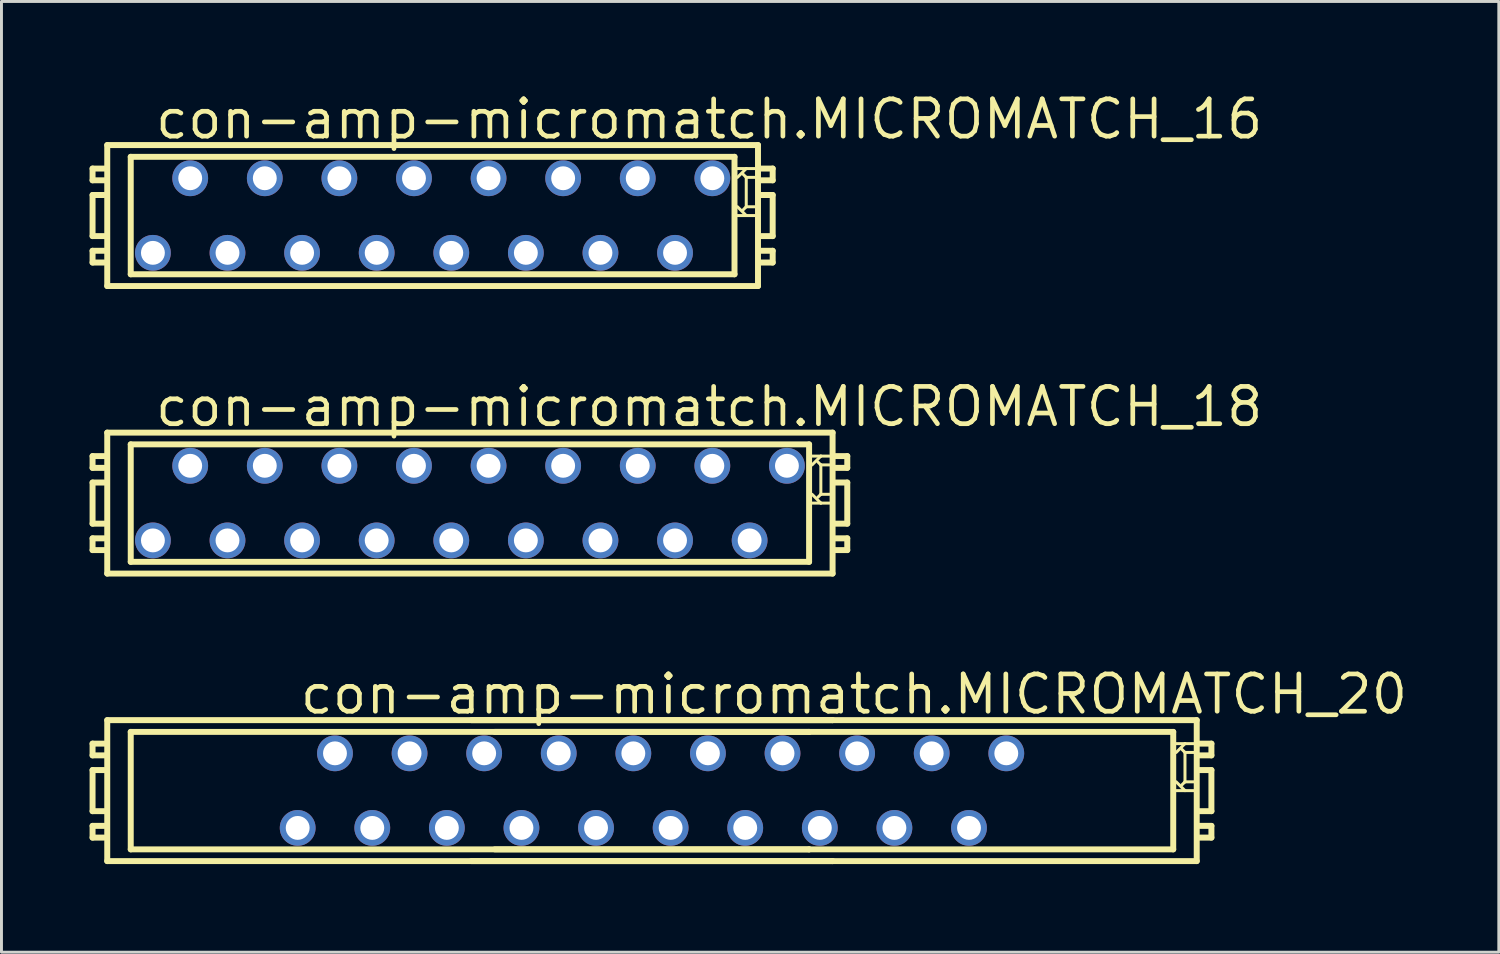
<source format=kicad_pcb>
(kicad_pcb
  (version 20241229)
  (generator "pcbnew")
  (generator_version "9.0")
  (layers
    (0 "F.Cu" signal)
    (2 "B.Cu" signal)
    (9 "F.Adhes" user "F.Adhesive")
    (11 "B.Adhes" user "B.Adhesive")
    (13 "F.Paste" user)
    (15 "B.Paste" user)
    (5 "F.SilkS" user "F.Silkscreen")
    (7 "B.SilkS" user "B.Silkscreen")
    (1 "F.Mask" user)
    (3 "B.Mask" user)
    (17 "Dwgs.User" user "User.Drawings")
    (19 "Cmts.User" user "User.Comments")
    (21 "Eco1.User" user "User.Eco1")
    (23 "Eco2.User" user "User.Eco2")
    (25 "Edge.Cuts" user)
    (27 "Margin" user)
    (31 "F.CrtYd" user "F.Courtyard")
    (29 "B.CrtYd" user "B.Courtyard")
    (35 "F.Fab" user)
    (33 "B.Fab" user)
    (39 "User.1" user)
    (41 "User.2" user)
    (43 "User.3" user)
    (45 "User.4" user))
  (footprint "con-amp-micromatch.MICROMATCH_20"
    (layer "F.Cu")
    (at 19.152 23.873)
    (property "Reference" "con-amp-micromatch.MICROMATCH_20" (at -12.065 -2.54 0) (layer "F.SilkS") (effects (font (size 1.27 1.27) (thickness 0.16)) (justify left bottom)))
    (attr through_hole)
    (fp_line (start -19.05 -1.6) (end -19.05 -1.2) (stroke (width 0.203) (type default)) (layer "F.SilkS"))
    (fp_line (start -19.05 -1.2) (end -18.65 -1.2) (stroke (width 0.203) (type default)) (layer "F.SilkS"))
    (fp_line (start -19.05 -0.7) (end -19.05 0.7) (stroke (width 0.203) (type default)) (layer "F.SilkS"))
    (fp_line (start -19.05 0.7) (end -18.65 0.7) (stroke (width 0.203) (type default)) (layer "F.SilkS"))
    (fp_line (start -19.05 1.2) (end -19.05 1.6) (stroke (width 0.203) (type default)) (layer "F.SilkS"))
    (fp_line (start -19.05 1.6) (end -18.65 1.6) (stroke (width 0.203) (type default)) (layer "F.SilkS"))
    (fp_line (start -18.65 -1.6) (end -19.05 -1.6) (stroke (width 0.203) (type default)) (layer "F.SilkS"))
    (fp_line (start -18.65 -0.7) (end -19.05 -0.7) (stroke (width 0.203) (type default)) (layer "F.SilkS"))
    (fp_line (start -18.65 1.2) (end -19.05 1.2) (stroke (width 0.203) (type default)) (layer "F.SilkS"))
    (fp_line (start -18.55 -2.4) (end -18.55 2.4) (stroke (width 0.203) (type default)) (layer "F.SilkS"))
    (fp_line (start -18.55 -2.4) (end 6.15 -2.4) (stroke (width 0.203) (type default)) (layer "F.SilkS"))
    (fp_line (start -18.55 2.4) (end 6.15 2.4) (stroke (width 0.203) (type default)) (layer "F.SilkS"))
    (fp_line (start -17.75 -2) (end -17.75 2) (stroke (width 0.203) (type default)) (layer "F.SilkS"))
    (fp_line (start -17.75 -2) (end 5.35 -2) (stroke (width 0.203) (type default)) (layer "F.SilkS"))
    (fp_line (start -17.75 2) (end 5.35 2) (stroke (width 0.203) (type default)) (layer "F.SilkS"))
    (fp_line (start 5.35 -2) (end -5.35 -2) (stroke (width 0.203) (type default)) (layer "F.SilkS"))
    (fp_line (start 5.35 2) (end -5.35 2) (stroke (width 0.203) (type default)) (layer "F.SilkS"))
    (fp_line (start 6.15 -2.4) (end -6.15 -2.4) (stroke (width 0.203) (type default)) (layer "F.SilkS"))
    (fp_line (start 6.15 2.4) (end -6.15 2.4) (stroke (width 0.203) (type default)) (layer "F.SilkS"))
    (fp_line (start 17.75 -2) (end 5.35 -2) (stroke (width 0.203) (type default)) (layer "F.SilkS"))
    (fp_line (start 17.75 2) (end 5.35 2) (stroke (width 0.203) (type default)) (layer "F.SilkS"))
    (fp_line (start 17.75 2) (end 17.75 -2) (stroke (width 0.203) (type default)) (layer "F.SilkS"))
    (fp_line (start 18.05 -1.4) (end 18.15 -1.3) (stroke (width 0.102) (type default)) (layer "F.SilkS"))
    (fp_line (start 18.05 -0.2) (end 18.15 -0.3) (stroke (width 0.102) (type default)) (layer "F.SilkS"))
    (fp_line (start 18.15 -1.6) (end 17.85 -1.6) (stroke (width 0.102) (type default)) (layer "F.SilkS"))
    (fp_line (start 18.15 -1.6) (end 17.85 -1.3) (stroke (width 0.102) (type default)) (layer "F.SilkS"))
    (fp_line (start 18.15 -1.3) (end 18.15 -0.3) (stroke (width 0.102) (type default)) (layer "F.SilkS"))
    (fp_line (start 18.15 -0.3) (end 18.45 -0.3) (stroke (width 0.102) (type default)) (layer "F.SilkS"))
    (fp_line (start 18.15 0) (end 17.85 -0.3) (stroke (width 0.102) (type default)) (layer "F.SilkS"))
    (fp_line (start 18.15 0) (end 17.85 0) (stroke (width 0.102) (type default)) (layer "F.SilkS"))
    (fp_line (start 18.45 -1.6) (end 18.15 -1.6) (stroke (width 0.102) (type default)) (layer "F.SilkS"))
    (fp_line (start 18.45 -1.3) (end 18.15 -1.3) (stroke (width 0.102) (type default)) (layer "F.SilkS"))
    (fp_line (start 18.45 0) (end 18.15 0) (stroke (width 0.102) (type default)) (layer "F.SilkS"))
    (fp_line (start 18.55 -2.4) (end 6.15 -2.4) (stroke (width 0.203) (type default)) (layer "F.SilkS"))
    (fp_line (start 18.55 2.4) (end 6.15 2.4) (stroke (width 0.203) (type default)) (layer "F.SilkS"))
    (fp_line (start 18.55 2.4) (end 18.55 -2.4) (stroke (width 0.203) (type default)) (layer "F.SilkS"))
    (fp_line (start 18.65 -1.2) (end 19.05 -1.2) (stroke (width 0.203) (type default)) (layer "F.SilkS"))
    (fp_line (start 18.65 0.7) (end 19.05 0.7) (stroke (width 0.203) (type default)) (layer "F.SilkS"))
    (fp_line (start 18.65 1.6) (end 19.05 1.6) (stroke (width 0.203) (type default)) (layer "F.SilkS"))
    (fp_line (start 19.05 -1.6) (end 18.65 -1.6) (stroke (width 0.203) (type default)) (layer "F.SilkS"))
    (fp_line (start 19.05 -1.2) (end 19.05 -1.6) (stroke (width 0.203) (type default)) (layer "F.SilkS"))
    (fp_line (start 19.05 -0.7) (end 18.65 -0.7) (stroke (width 0.203) (type default)) (layer "F.SilkS"))
    (fp_line (start 19.05 0.7) (end 19.05 -0.7) (stroke (width 0.203) (type default)) (layer "F.SilkS"))
    (fp_line (start 19.05 1.2) (end 18.65 1.2) (stroke (width 0.203) (type default)) (layer "F.SilkS"))
    (fp_line (start 19.05 1.6) (end 19.05 1.2) (stroke (width 0.203) (type default)) (layer "F.SilkS"))
    (pad "1" thru_hole circle (at 12.065 -1.27) (size 1.219 1.219) (drill 0.813) (layers "*.Cu" "*.Mask"))
    (pad "2" thru_hole circle (at 10.795 1.27) (size 1.219 1.219) (drill 0.813) (layers "*.Cu" "*.Mask"))
    (pad "3" thru_hole circle (at 9.525 -1.27) (size 1.219 1.219) (drill 0.813) (layers "*.Cu" "*.Mask"))
    (pad "4" thru_hole circle (at 8.255 1.27) (size 1.219 1.219) (drill 0.813) (layers "*.Cu" "*.Mask"))
    (pad "5" thru_hole circle (at 6.985 -1.27) (size 1.219 1.219) (drill 0.813) (layers "*.Cu" "*.Mask"))
    (pad "6" thru_hole circle (at 5.715 1.27) (size 1.219 1.219) (drill 0.813) (layers "*.Cu" "*.Mask"))
    (pad "7" thru_hole circle (at 4.445 -1.27) (size 1.219 1.219) (drill 0.813) (layers "*.Cu" "*.Mask"))
    (pad "8" thru_hole circle (at 3.175 1.27) (size 1.219 1.219) (drill 0.813) (layers "*.Cu" "*.Mask"))
    (pad "9" thru_hole circle (at 1.905 -1.27) (size 1.219 1.219) (drill 0.813) (layers "*.Cu" "*.Mask"))
    (pad "10" thru_hole circle (at 0.635 1.27) (size 1.219 1.219) (drill 0.813) (layers "*.Cu" "*.Mask"))
    (pad "11" thru_hole circle (at -0.635 -1.27) (size 1.219 1.219) (drill 0.813) (layers "*.Cu" "*.Mask"))
    (pad "12" thru_hole circle (at -1.905 1.27) (size 1.219 1.219) (drill 0.813) (layers "*.Cu" "*.Mask"))
    (pad "13" thru_hole circle (at -3.175 -1.27) (size 1.219 1.219) (drill 0.813) (layers "*.Cu" "*.Mask"))
    (pad "14" thru_hole circle (at -4.445 1.27) (size 1.219 1.219) (drill 0.813) (layers "*.Cu" "*.Mask"))
    (pad "15" thru_hole circle (at -5.715 -1.27) (size 1.219 1.219) (drill 0.813) (layers "*.Cu" "*.Mask"))
    (pad "16" thru_hole circle (at -6.985 1.27) (size 1.219 1.219) (drill 0.813) (layers "*.Cu" "*.Mask"))
    (pad "17" thru_hole circle (at -8.255 -1.27) (size 1.219 1.219) (drill 0.813) (layers "*.Cu" "*.Mask"))
    (pad "18" thru_hole circle (at -9.525 1.27) (size 1.219 1.219) (drill 0.813) (layers "*.Cu" "*.Mask"))
    (pad "19" thru_hole circle (at -10.795 -1.27) (size 1.219 1.219) (drill 0.813) (layers "*.Cu" "*.Mask"))
    (pad "20" thru_hole circle (at -12.065 1.27) (size 1.219 1.219) (drill 0.813) (layers "*.Cu" "*.Mask")))
  (footprint "con-amp-micromatch.MICROMATCH_18"
    (layer "F.Cu")
    (at 12.952 14.082)
    (property "Reference" "con-amp-micromatch.MICROMATCH_18" (at -10.795 -2.54 0) (layer "F.SilkS") (effects (font (size 1.27 1.27) (thickness 0.16)) (justify left bottom)))
    (attr through_hole)
    (fp_line (start -12.85 -1.6) (end -12.85 -1.2) (stroke (width 0.203) (type default)) (layer "F.SilkS"))
    (fp_line (start -12.85 -1.2) (end -12.45 -1.2) (stroke (width 0.203) (type default)) (layer "F.SilkS"))
    (fp_line (start -12.85 -0.7) (end -12.85 0.7) (stroke (width 0.203) (type default)) (layer "F.SilkS"))
    (fp_line (start -12.85 0.7) (end -12.45 0.7) (stroke (width 0.203) (type default)) (layer "F.SilkS"))
    (fp_line (start -12.85 1.2) (end -12.85 1.6) (stroke (width 0.203) (type default)) (layer "F.SilkS"))
    (fp_line (start -12.85 1.6) (end -12.45 1.6) (stroke (width 0.203) (type default)) (layer "F.SilkS"))
    (fp_line (start -12.45 -1.6) (end -12.85 -1.6) (stroke (width 0.203) (type default)) (layer "F.SilkS"))
    (fp_line (start -12.45 -0.7) (end -12.85 -0.7) (stroke (width 0.203) (type default)) (layer "F.SilkS"))
    (fp_line (start -12.45 1.2) (end -12.85 1.2) (stroke (width 0.203) (type default)) (layer "F.SilkS"))
    (fp_line (start -12.35 -2.4) (end -12.35 2.4) (stroke (width 0.203) (type default)) (layer "F.SilkS"))
    (fp_line (start -11.55 -2) (end -11.55 2) (stroke (width 0.203) (type default)) (layer "F.SilkS"))
    (fp_line (start 11.55 -2) (end -11.55 -2) (stroke (width 0.203) (type default)) (layer "F.SilkS"))
    (fp_line (start 11.55 2) (end -11.55 2) (stroke (width 0.203) (type default)) (layer "F.SilkS"))
    (fp_line (start 11.55 2) (end 11.55 -2) (stroke (width 0.203) (type default)) (layer "F.SilkS"))
    (fp_line (start 11.85 -1.4) (end 11.95 -1.3) (stroke (width 0.102) (type default)) (layer "F.SilkS"))
    (fp_line (start 11.85 -0.2) (end 11.95 -0.3) (stroke (width 0.102) (type default)) (layer "F.SilkS"))
    (fp_line (start 11.95 -1.6) (end 11.65 -1.6) (stroke (width 0.102) (type default)) (layer "F.SilkS"))
    (fp_line (start 11.95 -1.6) (end 11.65 -1.3) (stroke (width 0.102) (type default)) (layer "F.SilkS"))
    (fp_line (start 11.95 -1.3) (end 11.95 -0.3) (stroke (width 0.102) (type default)) (layer "F.SilkS"))
    (fp_line (start 11.95 -0.3) (end 12.25 -0.3) (stroke (width 0.102) (type default)) (layer "F.SilkS"))
    (fp_line (start 11.95 0) (end 11.65 -0.3) (stroke (width 0.102) (type default)) (layer "F.SilkS"))
    (fp_line (start 11.95 0) (end 11.65 0) (stroke (width 0.102) (type default)) (layer "F.SilkS"))
    (fp_line (start 12.25 -1.6) (end 11.95 -1.6) (stroke (width 0.102) (type default)) (layer "F.SilkS"))
    (fp_line (start 12.25 -1.3) (end 11.95 -1.3) (stroke (width 0.102) (type default)) (layer "F.SilkS"))
    (fp_line (start 12.25 0) (end 11.95 0) (stroke (width 0.102) (type default)) (layer "F.SilkS"))
    (fp_line (start 12.35 -2.4) (end -12.35 -2.4) (stroke (width 0.203) (type default)) (layer "F.SilkS"))
    (fp_line (start 12.35 2.4) (end -12.35 2.4) (stroke (width 0.203) (type default)) (layer "F.SilkS"))
    (fp_line (start 12.35 2.4) (end 12.35 -2.4) (stroke (width 0.203) (type default)) (layer "F.SilkS"))
    (fp_line (start 12.45 -1.2) (end 12.85 -1.2) (stroke (width 0.203) (type default)) (layer "F.SilkS"))
    (fp_line (start 12.45 0.7) (end 12.85 0.7) (stroke (width 0.203) (type default)) (layer "F.SilkS"))
    (fp_line (start 12.45 1.6) (end 12.85 1.6) (stroke (width 0.203) (type default)) (layer "F.SilkS"))
    (fp_line (start 12.85 -1.6) (end 12.45 -1.6) (stroke (width 0.203) (type default)) (layer "F.SilkS"))
    (fp_line (start 12.85 -1.2) (end 12.85 -1.6) (stroke (width 0.203) (type default)) (layer "F.SilkS"))
    (fp_line (start 12.85 -0.7) (end 12.45 -0.7) (stroke (width 0.203) (type default)) (layer "F.SilkS"))
    (fp_line (start 12.85 0.7) (end 12.85 -0.7) (stroke (width 0.203) (type default)) (layer "F.SilkS"))
    (fp_line (start 12.85 1.2) (end 12.45 1.2) (stroke (width 0.203) (type default)) (layer "F.SilkS"))
    (fp_line (start 12.85 1.6) (end 12.85 1.2) (stroke (width 0.203) (type default)) (layer "F.SilkS"))
    (pad "1" thru_hole circle (at 10.795 -1.27) (size 1.219 1.219) (drill 0.813) (layers "*.Cu" "*.Mask"))
    (pad "2" thru_hole circle (at 9.525 1.27) (size 1.219 1.219) (drill 0.813) (layers "*.Cu" "*.Mask"))
    (pad "3" thru_hole circle (at 8.255 -1.27) (size 1.219 1.219) (drill 0.813) (layers "*.Cu" "*.Mask"))
    (pad "4" thru_hole circle (at 6.985 1.27) (size 1.219 1.219) (drill 0.813) (layers "*.Cu" "*.Mask"))
    (pad "5" thru_hole circle (at 5.715 -1.27) (size 1.219 1.219) (drill 0.813) (layers "*.Cu" "*.Mask"))
    (pad "6" thru_hole circle (at 4.445 1.27) (size 1.219 1.219) (drill 0.813) (layers "*.Cu" "*.Mask"))
    (pad "7" thru_hole circle (at 3.175 -1.27) (size 1.219 1.219) (drill 0.813) (layers "*.Cu" "*.Mask"))
    (pad "8" thru_hole circle (at 1.905 1.27) (size 1.219 1.219) (drill 0.813) (layers "*.Cu" "*.Mask"))
    (pad "9" thru_hole circle (at 0.635 -1.27) (size 1.219 1.219) (drill 0.813) (layers "*.Cu" "*.Mask"))
    (pad "10" thru_hole circle (at -0.635 1.27) (size 1.219 1.219) (drill 0.813) (layers "*.Cu" "*.Mask"))
    (pad "11" thru_hole circle (at -1.905 -1.27) (size 1.219 1.219) (drill 0.813) (layers "*.Cu" "*.Mask"))
    (pad "12" thru_hole circle (at -3.175 1.27) (size 1.219 1.219) (drill 0.813) (layers "*.Cu" "*.Mask"))
    (pad "13" thru_hole circle (at -4.445 -1.27) (size 1.219 1.219) (drill 0.813) (layers "*.Cu" "*.Mask"))
    (pad "14" thru_hole circle (at -5.715 1.27) (size 1.219 1.219) (drill 0.813) (layers "*.Cu" "*.Mask"))
    (pad "15" thru_hole circle (at -6.985 -1.27) (size 1.219 1.219) (drill 0.813) (layers "*.Cu" "*.Mask"))
    (pad "16" thru_hole circle (at -8.255 1.27) (size 1.219 1.219) (drill 0.813) (layers "*.Cu" "*.Mask"))
    (pad "17" thru_hole circle (at -9.525 -1.27) (size 1.219 1.219) (drill 0.813) (layers "*.Cu" "*.Mask"))
    (pad "18" thru_hole circle (at -10.795 1.27) (size 1.219 1.219) (drill 0.813) (layers "*.Cu" "*.Mask")))
  (footprint "con-amp-micromatch.MICROMATCH_16"
    (layer "F.Cu")
    (at 11.682 4.29)
    (property "Reference" "con-amp-micromatch.MICROMATCH_16" (at -9.525 -2.54 0) (layer "F.SilkS") (effects (font (size 1.27 1.27) (thickness 0.16)) (justify left bottom)))
    (attr through_hole)
    (fp_line (start -11.58 -1.6) (end -11.58 -1.2) (stroke (width 0.203) (type default)) (layer "F.SilkS"))
    (fp_line (start -11.58 -1.2) (end -11.18 -1.2) (stroke (width 0.203) (type default)) (layer "F.SilkS"))
    (fp_line (start -11.58 -0.7) (end -11.58 0.7) (stroke (width 0.203) (type default)) (layer "F.SilkS"))
    (fp_line (start -11.58 0.7) (end -11.18 0.7) (stroke (width 0.203) (type default)) (layer "F.SilkS"))
    (fp_line (start -11.58 1.2) (end -11.58 1.6) (stroke (width 0.203) (type default)) (layer "F.SilkS"))
    (fp_line (start -11.58 1.6) (end -11.18 1.6) (stroke (width 0.203) (type default)) (layer "F.SilkS"))
    (fp_line (start -11.18 -1.6) (end -11.58 -1.6) (stroke (width 0.203) (type default)) (layer "F.SilkS"))
    (fp_line (start -11.18 -0.7) (end -11.58 -0.7) (stroke (width 0.203) (type default)) (layer "F.SilkS"))
    (fp_line (start -11.18 1.2) (end -11.58 1.2) (stroke (width 0.203) (type default)) (layer "F.SilkS"))
    (fp_line (start -11.08 -2.4) (end -11.08 2.4) (stroke (width 0.203) (type default)) (layer "F.SilkS"))
    (fp_line (start -10.28 -2) (end -10.28 2) (stroke (width 0.203) (type default)) (layer "F.SilkS"))
    (fp_line (start 10.28 -2) (end -10.28 -2) (stroke (width 0.203) (type default)) (layer "F.SilkS"))
    (fp_line (start 10.28 2) (end -10.28 2) (stroke (width 0.203) (type default)) (layer "F.SilkS"))
    (fp_line (start 10.28 2) (end 10.28 -2) (stroke (width 0.203) (type default)) (layer "F.SilkS"))
    (fp_line (start 10.58 -1.4) (end 10.68 -1.3) (stroke (width 0.102) (type default)) (layer "F.SilkS"))
    (fp_line (start 10.58 -0.2) (end 10.68 -0.3) (stroke (width 0.102) (type default)) (layer "F.SilkS"))
    (fp_line (start 10.68 -1.6) (end 10.38 -1.6) (stroke (width 0.102) (type default)) (layer "F.SilkS"))
    (fp_line (start 10.68 -1.6) (end 10.38 -1.3) (stroke (width 0.102) (type default)) (layer "F.SilkS"))
    (fp_line (start 10.68 -1.3) (end 10.68 -0.3) (stroke (width 0.102) (type default)) (layer "F.SilkS"))
    (fp_line (start 10.68 -0.3) (end 10.98 -0.3) (stroke (width 0.102) (type default)) (layer "F.SilkS"))
    (fp_line (start 10.68 0) (end 10.38 -0.3) (stroke (width 0.102) (type default)) (layer "F.SilkS"))
    (fp_line (start 10.68 0) (end 10.38 0) (stroke (width 0.102) (type default)) (layer "F.SilkS"))
    (fp_line (start 10.98 -1.6) (end 10.68 -1.6) (stroke (width 0.102) (type default)) (layer "F.SilkS"))
    (fp_line (start 10.98 -1.3) (end 10.68 -1.3) (stroke (width 0.102) (type default)) (layer "F.SilkS"))
    (fp_line (start 10.98 0) (end 10.68 0) (stroke (width 0.102) (type default)) (layer "F.SilkS"))
    (fp_line (start 11.08 -2.4) (end -11.08 -2.4) (stroke (width 0.203) (type default)) (layer "F.SilkS"))
    (fp_line (start 11.08 2.4) (end -11.08 2.4) (stroke (width 0.203) (type default)) (layer "F.SilkS"))
    (fp_line (start 11.08 2.4) (end 11.08 -2.4) (stroke (width 0.203) (type default)) (layer "F.SilkS"))
    (fp_line (start 11.18 -1.2) (end 11.58 -1.2) (stroke (width 0.203) (type default)) (layer "F.SilkS"))
    (fp_line (start 11.18 0.7) (end 11.58 0.7) (stroke (width 0.203) (type default)) (layer "F.SilkS"))
    (fp_line (start 11.18 1.6) (end 11.58 1.6) (stroke (width 0.203) (type default)) (layer "F.SilkS"))
    (fp_line (start 11.58 -1.6) (end 11.18 -1.6) (stroke (width 0.203) (type default)) (layer "F.SilkS"))
    (fp_line (start 11.58 -1.2) (end 11.58 -1.6) (stroke (width 0.203) (type default)) (layer "F.SilkS"))
    (fp_line (start 11.58 -0.7) (end 11.18 -0.7) (stroke (width 0.203) (type default)) (layer "F.SilkS"))
    (fp_line (start 11.58 0.7) (end 11.58 -0.7) (stroke (width 0.203) (type default)) (layer "F.SilkS"))
    (fp_line (start 11.58 1.2) (end 11.18 1.2) (stroke (width 0.203) (type default)) (layer "F.SilkS"))
    (fp_line (start 11.58 1.6) (end 11.58 1.2) (stroke (width 0.203) (type default)) (layer "F.SilkS"))
    (pad "1" thru_hole circle (at 9.525 -1.27) (size 1.219 1.219) (drill 0.813) (layers "*.Cu" "*.Mask"))
    (pad "2" thru_hole circle (at 8.255 1.27) (size 1.219 1.219) (drill 0.813) (layers "*.Cu" "*.Mask"))
    (pad "3" thru_hole circle (at 6.985 -1.27) (size 1.219 1.219) (drill 0.813) (layers "*.Cu" "*.Mask"))
    (pad "4" thru_hole circle (at 5.715 1.27) (size 1.219 1.219) (drill 0.813) (layers "*.Cu" "*.Mask"))
    (pad "5" thru_hole circle (at 4.445 -1.27) (size 1.219 1.219) (drill 0.813) (layers "*.Cu" "*.Mask"))
    (pad "6" thru_hole circle (at 3.175 1.27) (size 1.219 1.219) (drill 0.813) (layers "*.Cu" "*.Mask"))
    (pad "7" thru_hole circle (at 1.905 -1.27) (size 1.219 1.219) (drill 0.813) (layers "*.Cu" "*.Mask"))
    (pad "8" thru_hole circle (at 0.635 1.27) (size 1.219 1.219) (drill 0.813) (layers "*.Cu" "*.Mask"))
    (pad "9" thru_hole circle (at -0.635 -1.27) (size 1.219 1.219) (drill 0.813) (layers "*.Cu" "*.Mask"))
    (pad "10" thru_hole circle (at -1.905 1.27) (size 1.219 1.219) (drill 0.813) (layers "*.Cu" "*.Mask"))
    (pad "11" thru_hole circle (at -3.175 -1.27) (size 1.219 1.219) (drill 0.813) (layers "*.Cu" "*.Mask"))
    (pad "12" thru_hole circle (at -4.445 1.27) (size 1.219 1.219) (drill 0.813) (layers "*.Cu" "*.Mask"))
    (pad "13" thru_hole circle (at -5.715 -1.27) (size 1.219 1.219) (drill 0.813) (layers "*.Cu" "*.Mask"))
    (pad "14" thru_hole circle (at -6.985 1.27) (size 1.219 1.219) (drill 0.813) (layers "*.Cu" "*.Mask"))
    (pad "15" thru_hole circle (at -8.255 -1.27) (size 1.219 1.219) (drill 0.813) (layers "*.Cu" "*.Mask"))
    (pad "16" thru_hole circle (at -9.525 1.27) (size 1.219 1.219) (drill 0.813) (layers "*.Cu" "*.Mask")))
  (gr_rect
    (start -3 -3)
    (end 47.989 29.375)
    (stroke (width 0.1) (type default))
    (fill no)
    (layer "Edge.Cuts")))
</source>
